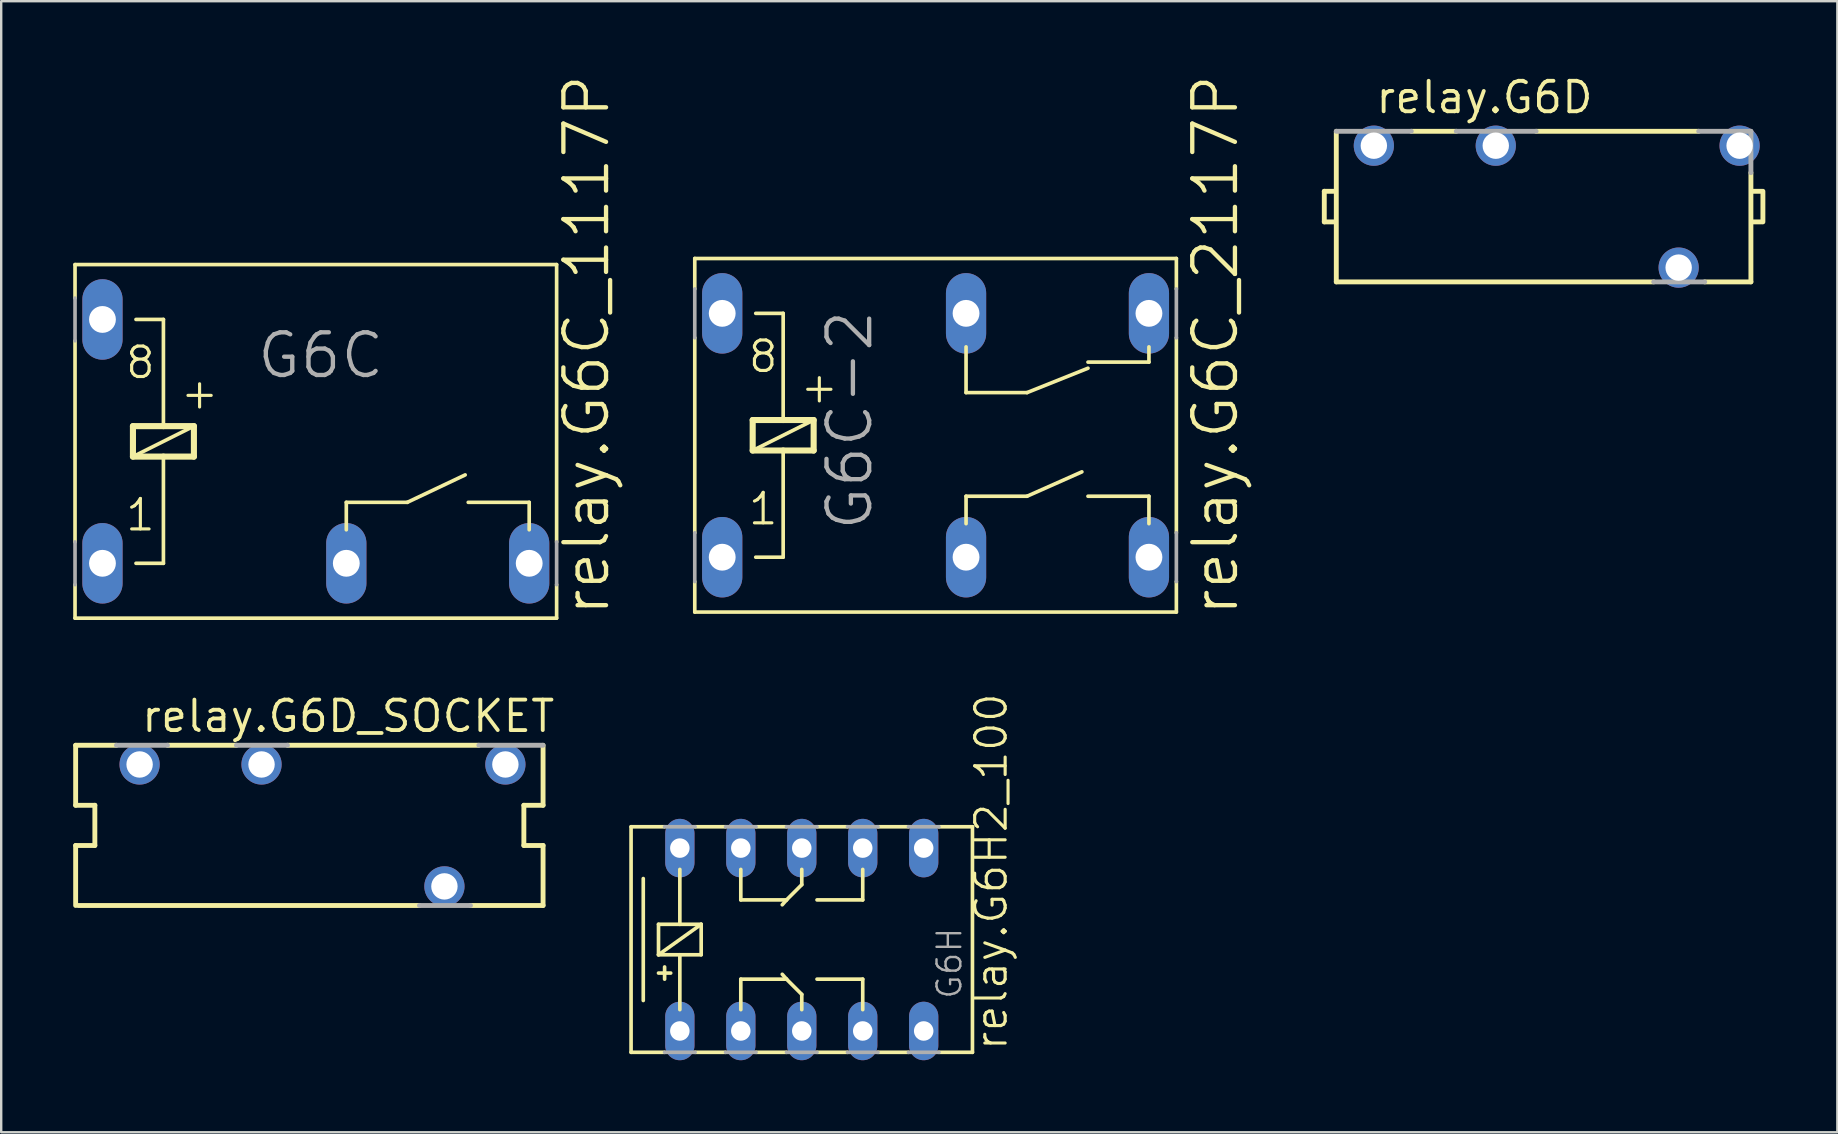
<source format=kicad_pcb>
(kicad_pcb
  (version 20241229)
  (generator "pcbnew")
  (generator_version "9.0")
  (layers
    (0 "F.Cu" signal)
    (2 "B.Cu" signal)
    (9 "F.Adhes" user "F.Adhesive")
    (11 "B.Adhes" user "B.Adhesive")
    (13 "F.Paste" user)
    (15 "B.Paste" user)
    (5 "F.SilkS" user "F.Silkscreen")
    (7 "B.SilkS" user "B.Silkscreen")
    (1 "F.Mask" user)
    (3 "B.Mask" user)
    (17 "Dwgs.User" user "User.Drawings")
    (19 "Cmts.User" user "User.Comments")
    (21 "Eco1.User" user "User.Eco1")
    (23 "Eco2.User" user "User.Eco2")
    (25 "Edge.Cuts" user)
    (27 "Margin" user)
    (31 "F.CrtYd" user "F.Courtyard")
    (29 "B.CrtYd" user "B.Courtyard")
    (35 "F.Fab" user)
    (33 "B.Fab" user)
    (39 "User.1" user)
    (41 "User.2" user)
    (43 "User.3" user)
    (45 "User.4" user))
  (footprint "relay.G6D"
    (layer "F.Cu")
    (at 61.352 5.52)
    (property "Reference" "relay.G6D" (at -7.16 -3.77 0) (layer "F.SilkS") (effects (font (size 1.27 1.27) (thickness 0.16)) (justify left bottom)))
    (attr through_hole)
    (fp_line (start -9.225 0.675) (end -9.225 -0.6) (stroke (width 0.203) (type default)) (layer "F.SilkS"))
    (fp_line (start -9.225 0.675) (end -8.825 0.675) (stroke (width 0.203) (type default)) (layer "F.SilkS"))
    (fp_line (start -8.825 -0.6) (end -9.225 -0.6) (stroke (width 0.203) (type default)) (layer "F.SilkS"))
    (fp_line (start -8.725 3.175) (end -8.725 -3.1) (stroke (width 0.203) (type default)) (layer "F.SilkS"))
    (fp_line (start -5.6 -3.1) (end -3.725 -3.1) (stroke (width 0.203) (type default)) (layer "F.SilkS"))
    (fp_line (start -0.4 -3.1) (end 6.375 -3.1) (stroke (width 0.203) (type default)) (layer "F.SilkS"))
    (fp_line (start 4.5 3.175) (end -8.725 3.175) (stroke (width 0.203) (type default)) (layer "F.SilkS"))
    (fp_line (start 8.55 -1.375) (end 8.55 3.175) (stroke (width 0.203) (type default)) (layer "F.SilkS"))
    (fp_line (start 8.55 3.175) (end 6.625 3.175) (stroke (width 0.203) (type default)) (layer "F.SilkS"))
    (fp_line (start 8.6 0.675) (end 9 0.675) (stroke (width 0.203) (type default)) (layer "F.SilkS"))
    (fp_line (start 9 -0.6) (end 8.6 -0.6) (stroke (width 0.203) (type default)) (layer "F.SilkS"))
    (fp_line (start 9.05 -0.6) (end 9.05 0.675) (stroke (width 0.203) (type default)) (layer "F.SilkS"))
    (fp_line (start -8.725 -3.1) (end -5.6 -3.1) (stroke (width 0.203) (type default)) (layer "F.Fab"))
    (fp_line (start -3.725 -3.1) (end -0.4 -3.1) (stroke (width 0.203) (type default)) (layer "F.Fab"))
    (fp_line (start 6.375 -3.1) (end 8.55 -3.1) (stroke (width 0.203) (type default)) (layer "F.Fab"))
    (fp_line (start 6.625 3.175) (end 4.5 3.175) (stroke (width 0.203) (type default)) (layer "F.Fab"))
    (fp_line (start 8.55 -3.1) (end 8.55 -1.375) (stroke (width 0.203) (type default)) (layer "F.Fab"))
    (pad "1" thru_hole circle (at 8.08 -2.5 180) (size 1.676 1.676) (drill 1.1) (layers "*.Cu" "*.Mask"))
    (pad "5" thru_hole circle (at -2.08 -2.5 180) (size 1.676 1.676) (drill 1.1) (layers "*.Cu" "*.Mask"))
    (pad "7" thru_hole circle (at -7.16 -2.5 180) (size 1.676 1.676) (drill 1.1) (layers "*.Cu" "*.Mask"))
    (pad "13" thru_hole circle (at 5.54 2.58 180) (size 1.676 1.676) (drill 1.1) (layers "*.Cu" "*.Mask")))
  (footprint "relay.G6C_1117P"
    (layer "F.Cu")
    (at 10.109 15.34)
    (property "Reference" "relay.G6C_1117P" (at 12.319 7.366 90) (layer "F.SilkS") (effects (font (size 1.778 1.778) (thickness 0.18)) (justify left bottom)))
    (attr through_hole)
    (fp_line (start -10.033 -7.366) (end -10.033 -5.969) (stroke (width 0.152) (type default)) (layer "F.SilkS"))
    (fp_line (start -10.033 -4.191) (end -10.033 4.191) (stroke (width 0.152) (type default)) (layer "F.SilkS"))
    (fp_line (start -10.033 5.969) (end -10.033 7.366) (stroke (width 0.152) (type default)) (layer "F.SilkS"))
    (fp_line (start -10.033 7.366) (end 10.033 7.366) (stroke (width 0.152) (type default)) (layer "F.SilkS"))
    (fp_line (start -7.62 -0.635) (end -7.62 0.635) (stroke (width 0.254) (type default)) (layer "F.SilkS"))
    (fp_line (start -7.62 0.635) (end -6.35 0.635) (stroke (width 0.254) (type default)) (layer "F.SilkS"))
    (fp_line (start -7.62 0.635) (end -5.08 -0.635) (stroke (width 0.152) (type default)) (layer "F.SilkS"))
    (fp_line (start -7.493 -5.08) (end -6.35 -5.08) (stroke (width 0.152) (type default)) (layer "F.SilkS"))
    (fp_line (start -6.35 -5.08) (end -6.35 -0.635) (stroke (width 0.152) (type default)) (layer "F.SilkS"))
    (fp_line (start -6.35 -0.635) (end -7.62 -0.635) (stroke (width 0.254) (type default)) (layer "F.SilkS"))
    (fp_line (start -6.35 0.635) (end -6.35 5.08) (stroke (width 0.152) (type default)) (layer "F.SilkS"))
    (fp_line (start -6.35 0.635) (end -5.08 0.635) (stroke (width 0.254) (type default)) (layer "F.SilkS"))
    (fp_line (start -6.35 5.08) (end -7.493 5.08) (stroke (width 0.152) (type default)) (layer "F.SilkS"))
    (fp_line (start -5.08 -0.635) (end -6.35 -0.635) (stroke (width 0.254) (type default)) (layer "F.SilkS"))
    (fp_line (start -5.08 0.635) (end -5.08 -0.635) (stroke (width 0.254) (type default)) (layer "F.SilkS"))
    (fp_line (start 1.27 2.54) (end 1.27 3.683) (stroke (width 0.152) (type default)) (layer "F.SilkS"))
    (fp_line (start 3.81 2.54) (end 1.27 2.54) (stroke (width 0.152) (type default)) (layer "F.SilkS"))
    (fp_line (start 6.223 1.397) (end 3.81 2.54) (stroke (width 0.152) (type default)) (layer "F.SilkS"))
    (fp_line (start 8.89 2.54) (end 6.35 2.54) (stroke (width 0.152) (type default)) (layer "F.SilkS"))
    (fp_line (start 8.89 3.683) (end 8.89 2.54) (stroke (width 0.152) (type default)) (layer "F.SilkS"))
    (fp_line (start 10.033 -7.366) (end -10.033 -7.366) (stroke (width 0.152) (type default)) (layer "F.SilkS"))
    (fp_line (start 10.033 4.191) (end 10.033 -7.366) (stroke (width 0.152) (type default)) (layer "F.SilkS"))
    (fp_line (start 10.033 7.366) (end 10.033 5.969) (stroke (width 0.152) (type default)) (layer "F.SilkS"))
    (fp_line (start -10.033 -5.969) (end -10.033 -4.191) (stroke (width 0.152) (type default)) (layer "F.Fab"))
    (fp_line (start -10.033 4.191) (end -10.033 5.969) (stroke (width 0.152) (type default)) (layer "F.Fab"))
    (fp_line (start 10.033 5.969) (end 10.033 4.191) (stroke (width 0.152) (type default)) (layer "F.Fab"))
    (fp_text user "1" (at -8.001 3.81 0) (layer "F.SilkS") (effects (font (size 1.27 1.27) (thickness 0.13)) (justify left bottom)))
    (fp_text user "8" (at -8.001 -2.54 0) (layer "F.SilkS") (effects (font (size 1.27 1.27) (thickness 0.13)) (justify left bottom)))
    (fp_text user "+" (at -5.715 -1.27 0) (layer "F.SilkS") (effects (font (size 1.27 1.27) (thickness 0.13)) (justify left bottom)))
    (fp_text user "G6C" (at -2.54 -2.54 0) (layer "F.Fab") (effects (font (size 1.778 1.778) (thickness 0.18)) (justify left bottom)))
    (pad "1" thru_hole oval (at -8.89 5.08 90) (size 3.353 1.676) (drill 1.118) (layers "*.Cu" "*.Mask"))
    (pad "8" thru_hole oval (at -8.89 -5.08 90) (size 3.353 1.676) (drill 1.118) (layers "*.Cu" "*.Mask"))
    (pad "P" thru_hole oval (at 1.27 5.08 90) (size 3.353 1.676) (drill 1.118) (layers "*.Cu" "*.Mask"))
    (pad "S" thru_hole oval (at 8.89 5.08 90) (size 3.353 1.676) (drill 1.118) (layers "*.Cu" "*.Mask")))
  (footprint "relay.G6D_SOCKET"
    (layer "F.Cu")
    (at 9.927 31.302)
    (property "Reference" "relay.G6D_SOCKET" (at -7.16 -3.77 0) (layer "F.SilkS") (effects (font (size 1.27 1.27) (thickness 0.16)) (justify left bottom)))
    (attr through_hole)
    (fp_line (start -9.825 -3.3) (end -8.125 -3.3) (stroke (width 0.203) (type default)) (layer "F.SilkS"))
    (fp_line (start -9.825 -0.8) (end -9.825 -3.3) (stroke (width 0.203) (type default)) (layer "F.SilkS"))
    (fp_line (start -9.825 -0.8) (end -9.025 -0.8) (stroke (width 0.203) (type default)) (layer "F.SilkS"))
    (fp_line (start -9.825 3.375) (end -9.825 0.875) (stroke (width 0.203) (type default)) (layer "F.SilkS"))
    (fp_line (start -9.025 0.875) (end -9.825 0.875) (stroke (width 0.203) (type default)) (layer "F.SilkS"))
    (fp_line (start -9.025 0.875) (end -9.025 -0.8) (stroke (width 0.203) (type default)) (layer "F.SilkS"))
    (fp_line (start -6 -3.3) (end -3.125 -3.3) (stroke (width 0.203) (type default)) (layer "F.SilkS"))
    (fp_line (start -1 -3.3) (end 6.975 -3.3) (stroke (width 0.203) (type default)) (layer "F.SilkS"))
    (fp_line (start 4.5 3.375) (end -9.725 3.375) (stroke (width 0.203) (type default)) (layer "F.SilkS"))
    (fp_line (start 8.85 -0.8) (end 8.85 0.875) (stroke (width 0.203) (type default)) (layer "F.SilkS"))
    (fp_line (start 8.85 -0.8) (end 9.65 -0.8) (stroke (width 0.203) (type default)) (layer "F.SilkS"))
    (fp_line (start 9.65 -3.3) (end 9.65 -0.8) (stroke (width 0.203) (type default)) (layer "F.SilkS"))
    (fp_line (start 9.65 0.875) (end 8.85 0.875) (stroke (width 0.203) (type default)) (layer "F.SilkS"))
    (fp_line (start 9.65 0.875) (end 9.65 3.375) (stroke (width 0.203) (type default)) (layer "F.SilkS"))
    (fp_line (start 9.65 3.375) (end 6.625 3.375) (stroke (width 0.203) (type default)) (layer "F.SilkS"))
    (fp_line (start -8.125 -3.3) (end -6 -3.3) (stroke (width 0.203) (type default)) (layer "F.Fab"))
    (fp_line (start -3.125 -3.3) (end -1 -3.3) (stroke (width 0.203) (type default)) (layer "F.Fab"))
    (fp_line (start 6.625 3.375) (end 4.5 3.375) (stroke (width 0.203) (type default)) (layer "F.Fab"))
    (fp_line (start 6.975 -3.3) (end 9.65 -3.3) (stroke (width 0.203) (type default)) (layer "F.Fab"))
    (pad "1" thru_hole circle (at 8.08 -2.5 180) (size 1.676 1.676) (drill 1.1) (layers "*.Cu" "*.Mask"))
    (pad "5" thru_hole circle (at -2.08 -2.5 180) (size 1.676 1.676) (drill 1.1) (layers "*.Cu" "*.Mask"))
    (pad "7" thru_hole circle (at -7.16 -2.5 180) (size 1.676 1.676) (drill 1.1) (layers "*.Cu" "*.Mask"))
    (pad "13" thru_hole circle (at 5.54 2.58 180) (size 1.676 1.676) (drill 1.1) (layers "*.Cu" "*.Mask")))
  (footprint "relay.G6H2_100"
    (layer "F.Cu")
    (at 30.356 36.096)
    (property "Reference" "relay.G6H2_100" (at 8.636 4.699 90) (layer "F.SilkS") (effects (font (size 1.27 1.27) (thickness 0.13)) (justify left bottom)))
    (attr through_hole)
    (fp_line (start -7.112 -4.699) (end -7.112 4.699) (stroke (width 0.152) (type default)) (layer "F.SilkS"))
    (fp_line (start -7.112 4.699) (end -5.715 4.699) (stroke (width 0.152) (type default)) (layer "F.SilkS"))
    (fp_line (start -6.604 -2.54) (end -6.604 2.54) (stroke (width 0.152) (type default)) (layer "F.SilkS"))
    (fp_line (start -5.969 -0.635) (end -5.969 0.635) (stroke (width 0.152) (type default)) (layer "F.SilkS"))
    (fp_line (start -5.969 0.635) (end -5.08 0.635) (stroke (width 0.152) (type default)) (layer "F.SilkS"))
    (fp_line (start -5.969 0.635) (end -4.191 -0.635) (stroke (width 0.152) (type default)) (layer "F.SilkS"))
    (fp_line (start -5.969 1.397) (end -5.461 1.397) (stroke (width 0.152) (type default)) (layer "F.SilkS"))
    (fp_line (start -5.715 -4.699) (end -7.112 -4.699) (stroke (width 0.152) (type default)) (layer "F.SilkS"))
    (fp_line (start -5.715 1.651) (end -5.715 1.143) (stroke (width 0.152) (type default)) (layer "F.SilkS"))
    (fp_line (start -5.08 -2.921) (end -5.08 -0.635) (stroke (width 0.152) (type default)) (layer "F.SilkS"))
    (fp_line (start -5.08 -0.635) (end -5.969 -0.635) (stroke (width 0.152) (type default)) (layer "F.SilkS"))
    (fp_line (start -5.08 0.635) (end -5.08 2.921) (stroke (width 0.152) (type default)) (layer "F.SilkS"))
    (fp_line (start -5.08 0.635) (end -4.191 0.635) (stroke (width 0.152) (type default)) (layer "F.SilkS"))
    (fp_line (start -4.445 4.699) (end -3.175 4.699) (stroke (width 0.152) (type default)) (layer "F.SilkS"))
    (fp_line (start -4.191 -0.635) (end -5.08 -0.635) (stroke (width 0.152) (type default)) (layer "F.SilkS"))
    (fp_line (start -4.191 0.635) (end -4.191 -0.635) (stroke (width 0.152) (type default)) (layer "F.SilkS"))
    (fp_line (start -3.175 -4.699) (end -4.445 -4.699) (stroke (width 0.152) (type default)) (layer "F.SilkS"))
    (fp_line (start -2.54 -1.651) (end -2.54 -2.921) (stroke (width 0.152) (type default)) (layer "F.SilkS"))
    (fp_line (start -2.54 -1.651) (end -0.635 -1.651) (stroke (width 0.152) (type default)) (layer "F.SilkS"))
    (fp_line (start -2.54 1.651) (end -2.54 2.921) (stroke (width 0.152) (type default)) (layer "F.SilkS"))
    (fp_line (start -2.54 1.651) (end -0.635 1.651) (stroke (width 0.152) (type default)) (layer "F.SilkS"))
    (fp_line (start -1.905 4.699) (end -0.635 4.699) (stroke (width 0.152) (type default)) (layer "F.SilkS"))
    (fp_line (start -0.635 -4.699) (end -1.905 -4.699) (stroke (width 0.152) (type default)) (layer "F.SilkS"))
    (fp_line (start -0.635 -1.651) (end -0.813 -1.448) (stroke (width 0.152) (type default)) (layer "F.SilkS"))
    (fp_line (start -0.635 1.651) (end -0.813 1.448) (stroke (width 0.152) (type default)) (layer "F.SilkS"))
    (fp_line (start 0 -2.921) (end 0 -2.286) (stroke (width 0.152) (type default)) (layer "F.SilkS"))
    (fp_line (start 0 -2.286) (end -0.635 -1.651) (stroke (width 0.152) (type default)) (layer "F.SilkS"))
    (fp_line (start 0 2.286) (end -0.635 1.651) (stroke (width 0.152) (type default)) (layer "F.SilkS"))
    (fp_line (start 0 2.921) (end 0 2.286) (stroke (width 0.152) (type default)) (layer "F.SilkS"))
    (fp_line (start 0.635 4.699) (end 1.905 4.699) (stroke (width 0.152) (type default)) (layer "F.SilkS"))
    (fp_line (start 1.905 -4.699) (end 0.635 -4.699) (stroke (width 0.152) (type default)) (layer "F.SilkS"))
    (fp_line (start 2.54 -1.651) (end 0.635 -1.651) (stroke (width 0.152) (type default)) (layer "F.SilkS"))
    (fp_line (start 2.54 -1.651) (end 2.54 -2.921) (stroke (width 0.152) (type default)) (layer "F.SilkS"))
    (fp_line (start 2.54 1.651) (end 0.635 1.651) (stroke (width 0.152) (type default)) (layer "F.SilkS"))
    (fp_line (start 2.54 1.651) (end 2.54 2.921) (stroke (width 0.152) (type default)) (layer "F.SilkS"))
    (fp_line (start 3.175 4.699) (end 4.445 4.699) (stroke (width 0.152) (type default)) (layer "F.SilkS"))
    (fp_line (start 4.445 -4.699) (end 3.175 -4.699) (stroke (width 0.152) (type default)) (layer "F.SilkS"))
    (fp_line (start 5.715 4.699) (end 7.112 4.699) (stroke (width 0.152) (type default)) (layer "F.SilkS"))
    (fp_line (start 7.112 -4.699) (end 5.715 -4.699) (stroke (width 0.152) (type default)) (layer "F.SilkS"))
    (fp_line (start 7.112 4.699) (end 7.112 -4.699) (stroke (width 0.152) (type default)) (layer "F.SilkS"))
    (fp_line (start -5.715 -4.699) (end -4.445 -4.699) (stroke (width 0.152) (type default)) (layer "F.Fab"))
    (fp_line (start -5.715 4.699) (end -4.445 4.699) (stroke (width 0.152) (type default)) (layer "F.Fab"))
    (fp_line (start -3.175 -4.699) (end -1.905 -4.699) (stroke (width 0.152) (type default)) (layer "F.Fab"))
    (fp_line (start -3.175 4.699) (end -1.905 4.699) (stroke (width 0.152) (type default)) (layer "F.Fab"))
    (fp_line (start -0.635 -4.699) (end 0.635 -4.699) (stroke (width 0.152) (type default)) (layer "F.Fab"))
    (fp_line (start -0.635 4.699) (end 0.635 4.699) (stroke (width 0.152) (type default)) (layer "F.Fab"))
    (fp_line (start 1.905 -4.699) (end 3.175 -4.699) (stroke (width 0.152) (type default)) (layer "F.Fab"))
    (fp_line (start 1.905 4.699) (end 3.175 4.699) (stroke (width 0.152) (type default)) (layer "F.Fab"))
    (fp_line (start 4.445 -4.699) (end 5.715 -4.699) (stroke (width 0.152) (type default)) (layer "F.Fab"))
    (fp_line (start 4.445 4.699) (end 5.715 4.699) (stroke (width 0.152) (type default)) (layer "F.Fab"))
    (fp_text user "G6H" (at 6.731 2.54 90) (layer "F.Fab") (effects (font (size 0.991 0.991) (thickness 0.1)) (justify left bottom)))
    (pad "1" thru_hole oval (at -5.08 3.81 90) (size 2.438 1.219) (drill 0.813) (layers "*.Cu" "*.Mask"))
    (pad "5" thru_hole oval (at 5.08 3.81 90) (size 2.438 1.219) (drill 0.813) (layers "*.Cu" "*.Mask"))
    (pad "6" thru_hole oval (at 5.08 -3.81 90) (size 2.438 1.219) (drill 0.813) (layers "*.Cu" "*.Mask"))
    (pad "10" thru_hole oval (at -5.08 -3.81 90) (size 2.438 1.219) (drill 0.813) (layers "*.Cu" "*.Mask"))
    (pad "O1" thru_hole oval (at -2.54 3.81 90) (size 2.438 1.219) (drill 0.813) (layers "*.Cu" "*.Mask"))
    (pad "O2" thru_hole oval (at -2.54 -3.81 90) (size 2.438 1.219) (drill 0.813) (layers "*.Cu" "*.Mask"))
    (pad "P1" thru_hole oval (at 0 3.81 90) (size 2.438 1.219) (drill 0.813) (layers "*.Cu" "*.Mask"))
    (pad "P2" thru_hole oval (at 0 -3.81 90) (size 2.438 1.219) (drill 0.813) (layers "*.Cu" "*.Mask"))
    (pad "S1" thru_hole oval (at 2.54 3.81 90) (size 2.438 1.219) (drill 0.813) (layers "*.Cu" "*.Mask"))
    (pad "S2" thru_hole oval (at 2.54 -3.81 90) (size 2.438 1.219) (drill 0.813) (layers "*.Cu" "*.Mask")))
  (footprint "relay.G6C_2117P"
    (layer "F.Cu")
    (at 35.931 15.086)
    (property "Reference" "relay.G6C_2117P" (at 12.7 7.62 90) (layer "F.SilkS") (effects (font (size 1.778 1.778) (thickness 0.18)) (justify left bottom)))
    (attr through_hole)
    (fp_line (start -10.033 -7.366) (end -10.033 -6.096) (stroke (width 0.152) (type default)) (layer "F.SilkS"))
    (fp_line (start -10.033 4.064) (end -10.033 -4.064) (stroke (width 0.152) (type default)) (layer "F.SilkS"))
    (fp_line (start -10.033 7.366) (end -10.033 6.096) (stroke (width 0.152) (type default)) (layer "F.SilkS"))
    (fp_line (start -10.033 7.366) (end 10.033 7.366) (stroke (width 0.152) (type default)) (layer "F.SilkS"))
    (fp_line (start -7.62 -0.635) (end -7.62 0.635) (stroke (width 0.254) (type default)) (layer "F.SilkS"))
    (fp_line (start -7.62 0.635) (end -6.35 0.635) (stroke (width 0.254) (type default)) (layer "F.SilkS"))
    (fp_line (start -7.62 0.635) (end -5.08 -0.635) (stroke (width 0.152) (type default)) (layer "F.SilkS"))
    (fp_line (start -7.493 -5.08) (end -6.35 -5.08) (stroke (width 0.152) (type default)) (layer "F.SilkS"))
    (fp_line (start -6.35 -5.08) (end -6.35 -0.635) (stroke (width 0.152) (type default)) (layer "F.SilkS"))
    (fp_line (start -6.35 -0.635) (end -7.62 -0.635) (stroke (width 0.254) (type default)) (layer "F.SilkS"))
    (fp_line (start -6.35 0.635) (end -6.35 5.08) (stroke (width 0.152) (type default)) (layer "F.SilkS"))
    (fp_line (start -6.35 0.635) (end -5.08 0.635) (stroke (width 0.254) (type default)) (layer "F.SilkS"))
    (fp_line (start -6.35 5.08) (end -7.493 5.08) (stroke (width 0.152) (type default)) (layer "F.SilkS"))
    (fp_line (start -5.08 -0.635) (end -6.35 -0.635) (stroke (width 0.254) (type default)) (layer "F.SilkS"))
    (fp_line (start -5.08 0.635) (end -5.08 -0.635) (stroke (width 0.254) (type default)) (layer "F.SilkS"))
    (fp_line (start 1.27 -3.683) (end 1.27 -1.778) (stroke (width 0.152) (type default)) (layer "F.SilkS"))
    (fp_line (start 1.27 2.54) (end 1.27 3.683) (stroke (width 0.152) (type default)) (layer "F.SilkS"))
    (fp_line (start 3.81 -1.778) (end 1.27 -1.778) (stroke (width 0.152) (type default)) (layer "F.SilkS"))
    (fp_line (start 3.81 2.54) (end 1.27 2.54) (stroke (width 0.152) (type default)) (layer "F.SilkS"))
    (fp_line (start 6.096 1.524) (end 3.81 2.54) (stroke (width 0.152) (type default)) (layer "F.SilkS"))
    (fp_line (start 6.35 -2.794) (end 3.81 -1.778) (stroke (width 0.152) (type default)) (layer "F.SilkS"))
    (fp_line (start 8.89 -3.048) (end 6.35 -3.048) (stroke (width 0.152) (type default)) (layer "F.SilkS"))
    (fp_line (start 8.89 -3.048) (end 8.89 -3.683) (stroke (width 0.152) (type default)) (layer "F.SilkS"))
    (fp_line (start 8.89 2.54) (end 6.35 2.54) (stroke (width 0.152) (type default)) (layer "F.SilkS"))
    (fp_line (start 8.89 3.683) (end 8.89 2.54) (stroke (width 0.152) (type default)) (layer "F.SilkS"))
    (fp_line (start 10.033 -7.366) (end -10.033 -7.366) (stroke (width 0.152) (type default)) (layer "F.SilkS"))
    (fp_line (start 10.033 -7.366) (end 10.033 -6.096) (stroke (width 0.152) (type default)) (layer "F.SilkS"))
    (fp_line (start 10.033 -4.064) (end 10.033 4.064) (stroke (width 0.152) (type default)) (layer "F.SilkS"))
    (fp_line (start 10.033 7.366) (end 10.033 6.096) (stroke (width 0.152) (type default)) (layer "F.SilkS"))
    (fp_line (start -10.033 -4.064) (end -10.033 -6.096) (stroke (width 0.152) (type default)) (layer "F.Fab"))
    (fp_line (start -10.033 4.064) (end -10.033 6.096) (stroke (width 0.152) (type default)) (layer "F.Fab"))
    (fp_line (start 10.033 -4.064) (end 10.033 -6.096) (stroke (width 0.152) (type default)) (layer "F.Fab"))
    (fp_line (start 10.033 4.064) (end 10.033 6.096) (stroke (width 0.152) (type default)) (layer "F.Fab"))
    (fp_text user "1" (at -7.874 3.81 0) (layer "F.SilkS") (effects (font (size 1.27 1.27) (thickness 0.13)) (justify left bottom)))
    (fp_text user "+" (at -5.715 -1.27 0) (layer "F.SilkS") (effects (font (size 1.27 1.27) (thickness 0.13)) (justify left bottom)))
    (fp_text user "8" (at -7.874 -2.54 0) (layer "F.SilkS") (effects (font (size 1.27 1.27) (thickness 0.13)) (justify left bottom)))
    (fp_text user "G6C-2" (at -2.54 4.064 90) (layer "F.Fab") (effects (font (size 1.778 1.778) (thickness 0.18)) (justify left bottom)))
    (pad "1" thru_hole oval (at -8.89 5.08 90) (size 3.353 1.676) (drill 1.118) (layers "*.Cu" "*.Mask"))
    (pad "8" thru_hole oval (at -8.89 -5.08 90) (size 3.353 1.676) (drill 1.118) (layers "*.Cu" "*.Mask"))
    (pad "P1" thru_hole oval (at 1.27 5.08 90) (size 3.353 1.676) (drill 1.118) (layers "*.Cu" "*.Mask"))
    (pad "P2" thru_hole oval (at 1.27 -5.08 90) (size 3.353 1.676) (drill 1.118) (layers "*.Cu" "*.Mask"))
    (pad "S1" thru_hole oval (at 8.89 5.08 90) (size 3.353 1.676) (drill 1.118) (layers "*.Cu" "*.Mask"))
    (pad "S2" thru_hole oval (at 8.89 -5.08 90) (size 3.353 1.676) (drill 1.118) (layers "*.Cu" "*.Mask")))
  (gr_rect
    (start -3 -3)
    (end 73.504 44.125)
    (stroke (width 0.1) (type default))
    (fill no)
    (layer "Edge.Cuts")))
</source>
